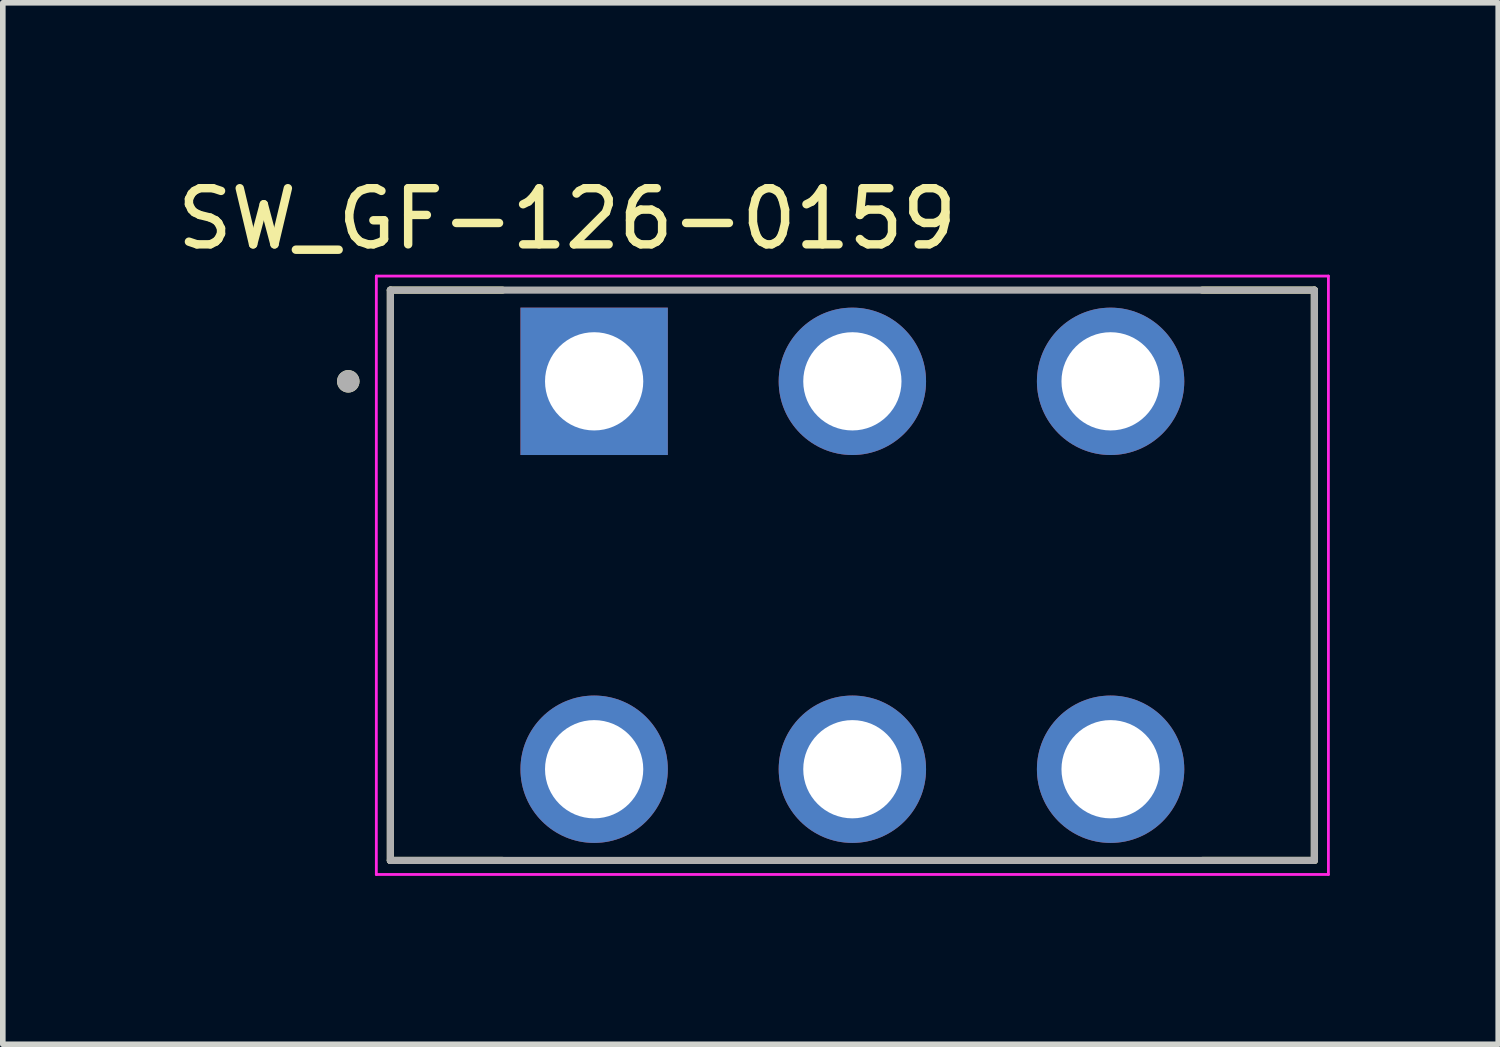
<source format=kicad_pcb>
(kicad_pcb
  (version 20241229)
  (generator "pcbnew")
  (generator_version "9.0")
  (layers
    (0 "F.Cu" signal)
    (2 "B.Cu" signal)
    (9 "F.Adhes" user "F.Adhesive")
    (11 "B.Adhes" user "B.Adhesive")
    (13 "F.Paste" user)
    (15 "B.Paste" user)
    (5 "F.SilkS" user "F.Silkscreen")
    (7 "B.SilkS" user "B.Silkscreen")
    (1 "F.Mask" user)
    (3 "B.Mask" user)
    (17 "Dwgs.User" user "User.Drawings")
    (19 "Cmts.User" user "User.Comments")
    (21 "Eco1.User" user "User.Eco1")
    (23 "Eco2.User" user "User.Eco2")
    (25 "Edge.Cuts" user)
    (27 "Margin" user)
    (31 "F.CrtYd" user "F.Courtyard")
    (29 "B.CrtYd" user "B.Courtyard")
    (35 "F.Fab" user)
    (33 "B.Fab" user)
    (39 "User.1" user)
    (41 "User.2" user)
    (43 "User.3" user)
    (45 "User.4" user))
  (footprint "SW_GF-126-0159"
    (layer "F.Cu")
    (at 12.134 7.198)
    (property "Reference" "SW_GF-126-0159" (at -5.08 -6.35 0) (layer "F.SilkS") (effects (font (size 1 1) (thickness 0.15))))
    (attr through_hole)
    (fp_line (start -8.23 -5.08) (end -6.232 -5.08) (stroke (width 0.127) (type solid)) (layer "F.SilkS"))
    (fp_line (start -8.23 5.08) (end -8.23 -5.08) (stroke (width 0.127) (type solid)) (layer "F.SilkS"))
    (fp_line (start -6.232 5.08) (end -8.23 5.08) (stroke (width 0.127) (type solid)) (layer "F.SilkS"))
    (fp_line (start 6.232 -5.08) (end 8.23 -5.08) (stroke (width 0.127) (type solid)) (layer "F.SilkS"))
    (fp_line (start 8.23 -5.08) (end 8.23 5.08) (stroke (width 0.127) (type solid)) (layer "F.SilkS"))
    (fp_line (start 8.23 5.08) (end 6.232 5.08) (stroke (width 0.127) (type solid)) (layer "F.SilkS"))
    (fp_circle (center -8.98 -3.455) (end -8.88 -3.455) (stroke (width 0.2) (type solid)) (fill no) (layer "F.SilkS"))
    (fp_line (start -8.48 -5.33) (end -8.48 5.33) (stroke (width 0.05) (type solid)) (layer "F.CrtYd"))
    (fp_line (start -8.48 5.33) (end 8.48 5.33) (stroke (width 0.05) (type solid)) (layer "F.CrtYd"))
    (fp_line (start 8.48 -5.33) (end -8.48 -5.33) (stroke (width 0.05) (type solid)) (layer "F.CrtYd"))
    (fp_line (start 8.48 5.33) (end 8.48 -5.33) (stroke (width 0.05) (type solid)) (layer "F.CrtYd"))
    (fp_line (start -8.23 -5.08) (end 8.23 -5.08) (stroke (width 0.127) (type solid)) (layer "F.Fab"))
    (fp_line (start -8.23 5.08) (end -8.23 -5.08) (stroke (width 0.127) (type solid)) (layer "F.Fab"))
    (fp_line (start 8.23 -5.08) (end 8.23 5.08) (stroke (width 0.127) (type solid)) (layer "F.Fab"))
    (fp_line (start 8.23 5.08) (end -8.23 5.08) (stroke (width 0.127) (type solid)) (layer "F.Fab"))
    (fp_circle (center -8.98 -3.455) (end -8.88 -3.455) (stroke (width 0.2) (type solid)) (fill no) (layer "F.Fab"))
    (pad "1" thru_hole rect (at -4.6 -3.455) (size 2.625 2.625) (drill 1.75) (layers "*.Cu" "*.Mask"))
    (pad "2" thru_hole circle (at 0 -3.455) (size 2.625 2.625) (drill 1.75) (layers "*.Cu" "*.Mask"))
    (pad "3" thru_hole circle (at 4.6 -3.455) (size 2.625 2.625) (drill 1.75) (layers "*.Cu" "*.Mask"))
    (pad "4" thru_hole circle (at -4.6 3.455) (size 2.625 2.625) (drill 1.75) (layers "*.Cu" "*.Mask"))
    (pad "5" thru_hole circle (at 0 3.455) (size 2.625 2.625) (drill 1.75) (layers "*.Cu" "*.Mask"))
    (pad "6" thru_hole circle (at 4.6 3.455) (size 2.625 2.625) (drill 1.75) (layers "*.Cu" "*.Mask")))
  (gr_rect
    (start -3 -3)
    (end 23.639 15.553)
    (stroke (width 0.1) (type default))
    (fill no)
    (layer "Edge.Cuts")))
</source>
